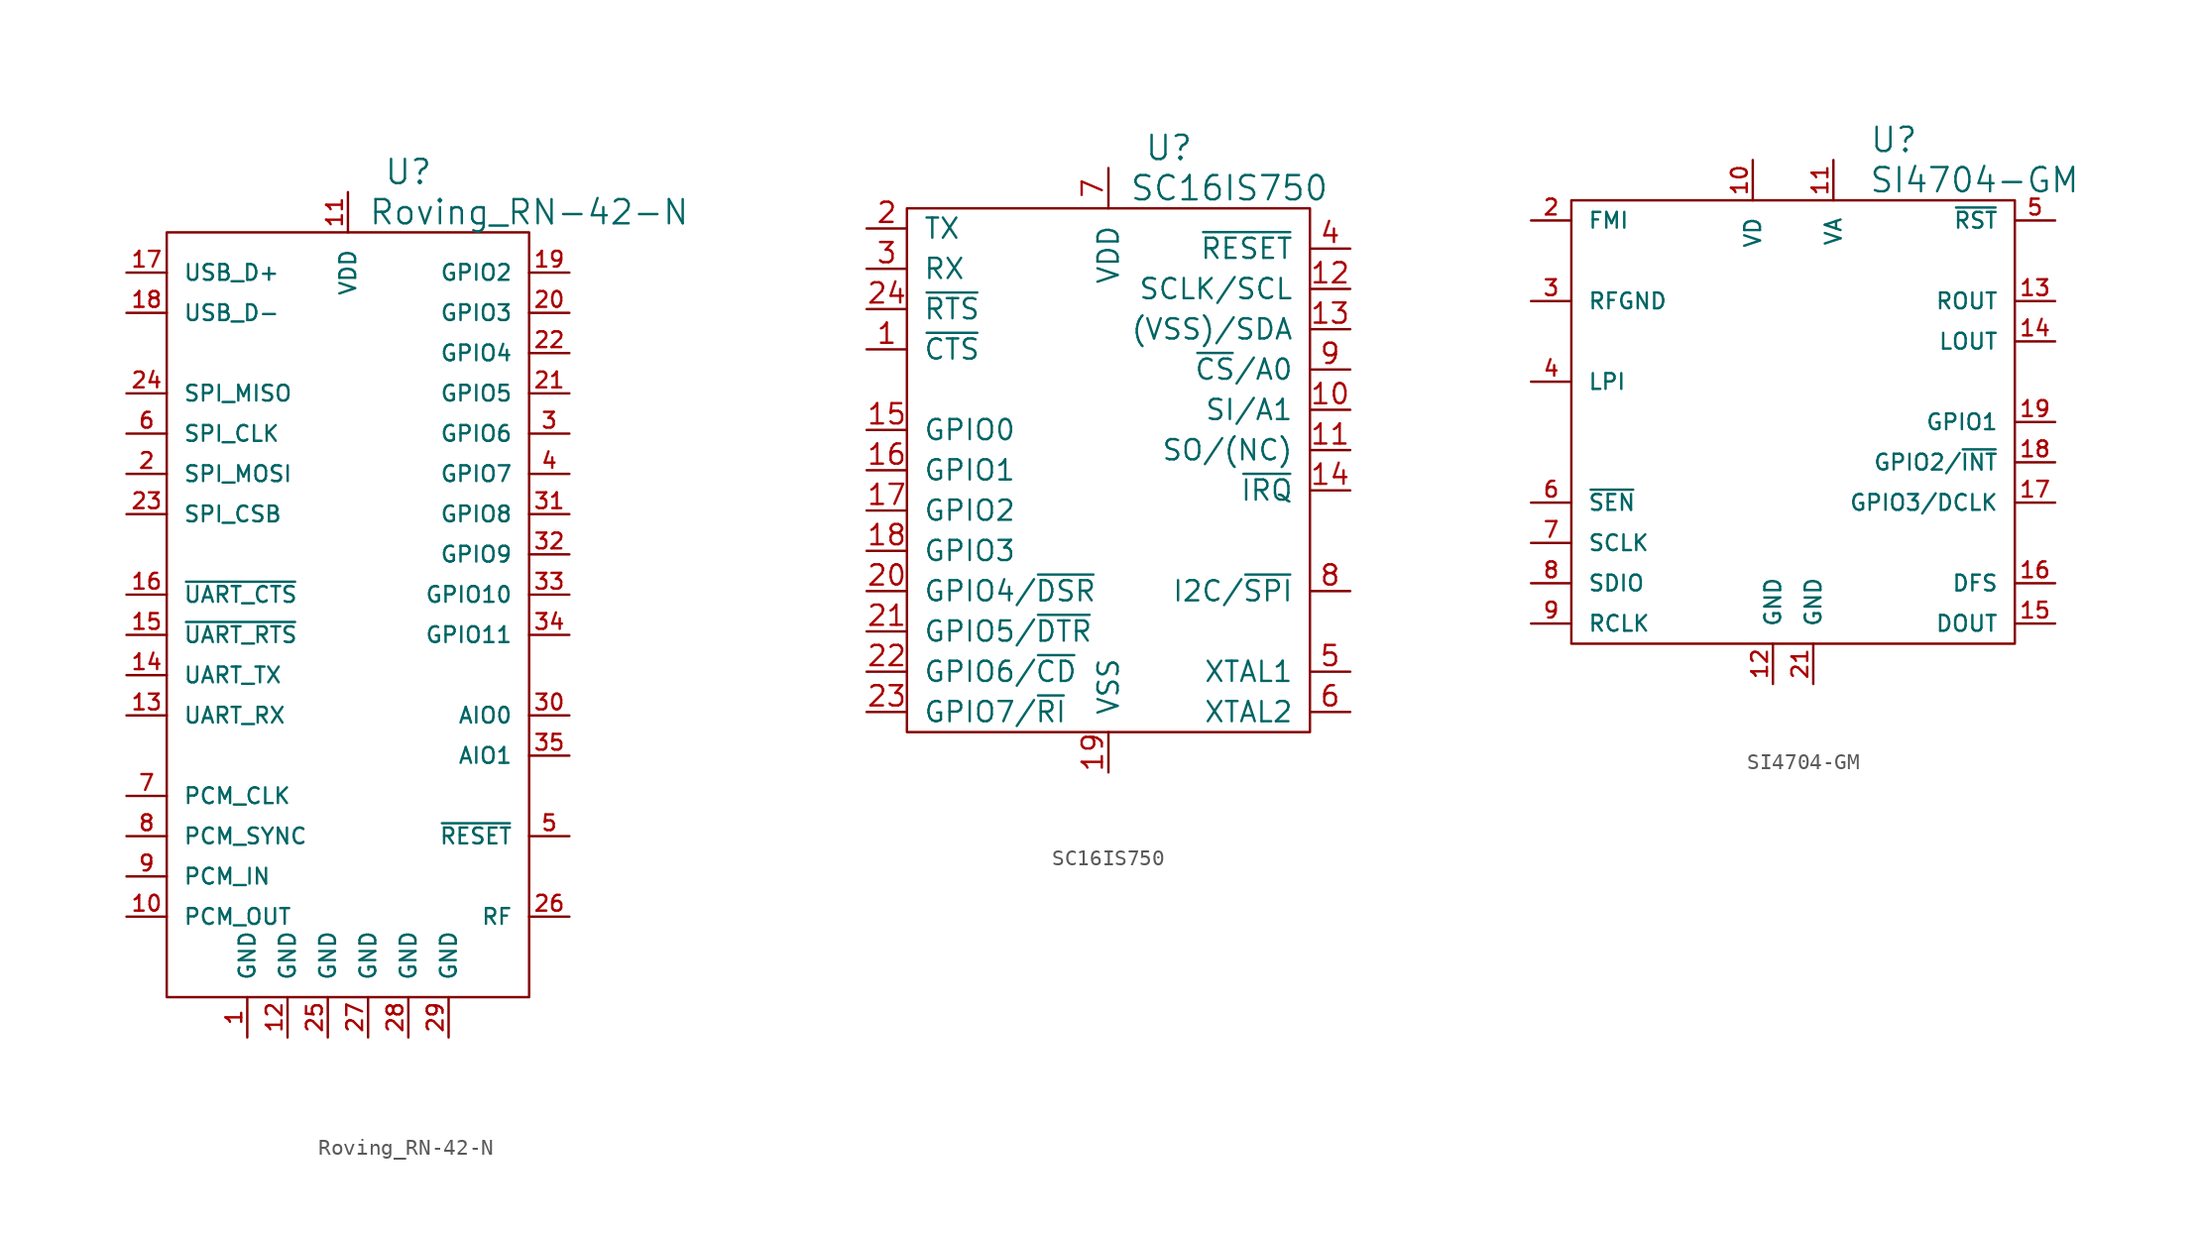
<source format=kicad_sym>
(kicad_symbol_lib
  (version 20220914)
  (generator kicad_symbol_editor)
  (symbol "Roving_RN-42-N"
    (pin_names
      (offset 1.016))
    (property "Reference" "U"
      (at 3.81 27.94 0)
      (effects (font (size 1.524 1.524))))
    (property "Value" "Roving_RN-42-N"
      (at 11.43 25.4 0)
      (effects (font (size 1.524 1.524))))
    (property "Footprint" ""
      (at 0 -2.54 0)
      (effects (font (size 1.524 1.524))))
    (property "Datasheet" ""
      (at 0 0 0)
      (effects (font (size 1.524 1.524))))
    (symbol "Roving_RN-42-N_0_1"
      (rectangle (start -11.43 24.13) (end 11.43 -24.13) (stroke (width 0) (type solid)) (fill (type none))))
    (symbol "Roving_RN-42-N_1_1"
      (pin passive line (at -6.35 -26.67 90) (length 2.54) (name "GND" (effects (font (size 0.991 0.991)))) (number "1" (effects (font (size 0.991 0.991)))))
      (pin passive line (at -13.97 -19.05 0) (length 2.54) (name "PCM_OUT" (effects (font (size 0.991 0.991)))) (number "10" (effects (font (size 0.991 0.991)))))
      (pin passive line (at 0 26.67 270) (length 2.54) (name "VDD" (effects (font (size 0.991 0.991)))) (number "11" (effects (font (size 0.991 0.991)))))
      (pin passive line (at -3.81 -26.67 90) (length 2.54) (name "GND" (effects (font (size 0.991 0.991)))) (number "12" (effects (font (size 0.991 0.991)))))
      (pin passive line (at -13.97 -6.35 0) (length 2.54) (name "UART_RX" (effects (font (size 0.991 0.991)))) (number "13" (effects (font (size 0.991 0.991)))))
      (pin passive line (at -13.97 -3.81 0) (length 2.54) (name "UART_TX" (effects (font (size 0.991 0.991)))) (number "14" (effects (font (size 0.991 0.991)))))
      (pin passive line (at -13.97 -1.27 0) (length 2.54) (name "~{UART_RTS}" (effects (font (size 0.991 0.991)))) (number "15" (effects (font (size 0.991 0.991)))))
      (pin passive line (at -13.97 1.27 0) (length 2.54) (name "~{UART_CTS}" (effects (font (size 0.991 0.991)))) (number "16" (effects (font (size 0.991 0.991)))))
      (pin passive line (at -13.97 21.59 0) (length 2.54) (name "USB_D+" (effects (font (size 0.991 0.991)))) (number "17" (effects (font (size 0.991 0.991)))))
      (pin passive line (at -13.97 19.05 0) (length 2.54) (name "USB_D-" (effects (font (size 0.991 0.991)))) (number "18" (effects (font (size 0.991 0.991)))))
      (pin passive line (at 13.97 21.59 180) (length 2.54) (name "GPIO2" (effects (font (size 0.991 0.991)))) (number "19" (effects (font (size 0.991 0.991)))))
      (pin passive line (at -13.97 8.89 0) (length 2.54) (name "SPI_MOSI" (effects (font (size 0.991 0.991)))) (number "2" (effects (font (size 0.991 0.991)))))
      (pin passive line (at 13.97 19.05 180) (length 2.54) (name "GPIO3" (effects (font (size 0.991 0.991)))) (number "20" (effects (font (size 0.991 0.991)))))
      (pin passive line (at 13.97 13.97 180) (length 2.54) (name "GPIO5" (effects (font (size 0.991 0.991)))) (number "21" (effects (font (size 0.991 0.991)))))
      (pin passive line (at 13.97 16.51 180) (length 2.54) (name "GPIO4" (effects (font (size 0.991 0.991)))) (number "22" (effects (font (size 0.991 0.991)))))
      (pin passive line (at -13.97 6.35 0) (length 2.54) (name "SPI_CSB" (effects (font (size 0.991 0.991)))) (number "23" (effects (font (size 0.991 0.991)))))
      (pin passive line (at -13.97 13.97 0) (length 2.54) (name "SPI_MISO" (effects (font (size 0.991 0.991)))) (number "24" (effects (font (size 0.991 0.991)))))
      (pin passive line (at -1.27 -26.67 90) (length 2.54) (name "GND" (effects (font (size 0.991 0.991)))) (number "25" (effects (font (size 0.991 0.991)))))
      (pin passive line (at 13.97 -19.05 180) (length 2.54) (name "RF" (effects (font (size 0.991 0.991)))) (number "26" (effects (font (size 0.991 0.991)))))
      (pin passive line (at 1.27 -26.67 90) (length 2.54) (name "GND" (effects (font (size 0.991 0.991)))) (number "27" (effects (font (size 0.991 0.991)))))
      (pin passive line (at 3.81 -26.67 90) (length 2.54) (name "GND" (effects (font (size 0.991 0.991)))) (number "28" (effects (font (size 0.991 0.991)))))
      (pin passive line (at 6.35 -26.67 90) (length 2.54) (name "GND" (effects (font (size 0.991 0.991)))) (number "29" (effects (font (size 0.991 0.991)))))
      (pin passive line (at 13.97 11.43 180) (length 2.54) (name "GPIO6" (effects (font (size 0.991 0.991)))) (number "3" (effects (font (size 0.991 0.991)))))
      (pin passive line (at 13.97 -6.35 180) (length 2.54) (name "AIO0" (effects (font (size 0.991 0.991)))) (number "30" (effects (font (size 0.991 0.991)))))
      (pin passive line (at 13.97 6.35 180) (length 2.54) (name "GPIO8" (effects (font (size 0.991 0.991)))) (number "31" (effects (font (size 0.991 0.991)))))
      (pin passive line (at 13.97 3.81 180) (length 2.54) (name "GPIO9" (effects (font (size 0.991 0.991)))) (number "32" (effects (font (size 0.991 0.991)))))
      (pin passive line (at 13.97 1.27 180) (length 2.54) (name "GPIO10" (effects (font (size 0.991 0.991)))) (number "33" (effects (font (size 0.991 0.991)))))
      (pin passive line (at 13.97 -1.27 180) (length 2.54) (name "GPIO11" (effects (font (size 0.991 0.991)))) (number "34" (effects (font (size 0.991 0.991)))))
      (pin passive line (at 13.97 -8.89 180) (length 2.54) (name "AIO1" (effects (font (size 0.991 0.991)))) (number "35" (effects (font (size 0.991 0.991)))))
      (pin passive line (at 13.97 8.89 180) (length 2.54) (name "GPIO7" (effects (font (size 0.991 0.991)))) (number "4" (effects (font (size 0.991 0.991)))))
      (pin passive line (at 13.97 -13.97 180) (length 2.54) (name "~{RESET}" (effects (font (size 0.991 0.991)))) (number "5" (effects (font (size 0.991 0.991)))))
      (pin passive line (at -13.97 11.43 0) (length 2.54) (name "SPI_CLK" (effects (font (size 0.991 0.991)))) (number "6" (effects (font (size 0.991 0.991)))))
      (pin passive line (at -13.97 -11.43 0) (length 2.54) (name "PCM_CLK" (effects (font (size 0.991 0.991)))) (number "7" (effects (font (size 0.991 0.991)))))
      (pin passive line (at -13.97 -13.97 0) (length 2.54) (name "PCM_SYNC" (effects (font (size 0.991 0.991)))) (number "8" (effects (font (size 0.991 0.991)))))
      (pin passive line (at -13.97 -16.51 0) (length 2.54) (name "PCM_IN" (effects (font (size 0.991 0.991)))) (number "9" (effects (font (size 0.991 0.991)))))))
  (symbol "SC16IS750"
    (pin_names
      (offset 1.016))
    (property "Reference" "U"
      (at 3.81 20.32 0)
      (effects (font (size 1.524 1.524))))
    (property "Value" "SC16IS750"
      (at 7.62 17.78 0)
      (effects (font (size 1.524 1.524))))
    (property "Footprint" ""
      (at 0 0 0)
      (effects (font (size 1.524 1.524))))
    (property "Datasheet" ""
      (at 0 0 0)
      (effects (font (size 1.524 1.524))))
    (symbol "SC16IS750_0_1"
      (rectangle (start -12.7 16.51) (end 12.7 -16.51) (stroke (width 0) (type solid)) (fill (type none))))
    (symbol "SC16IS750_1_1"
      (pin passive line (at -15.24 7.62 0) (length 2.54) (name "~{CTS}" (effects (font (size 1.27 1.27)))) (number "1" (effects (font (size 1.27 1.27)))))
      (pin passive line (at 15.24 3.81 180) (length 2.54) (name "SI/A1" (effects (font (size 1.27 1.27)))) (number "10" (effects (font (size 1.27 1.27)))))
      (pin passive line (at 15.24 1.27 180) (length 2.54) (name "SO/(NC)" (effects (font (size 1.27 1.27)))) (number "11" (effects (font (size 1.27 1.27)))))
      (pin passive line (at 15.24 11.43 180) (length 2.54) (name "SCLK/SCL" (effects (font (size 1.27 1.27)))) (number "12" (effects (font (size 1.27 1.27)))))
      (pin passive line (at 15.24 8.89 180) (length 2.54) (name "(VSS)/SDA" (effects (font (size 1.27 1.27)))) (number "13" (effects (font (size 1.27 1.27)))))
      (pin passive line (at 15.24 -1.27 180) (length 2.54) (name "~{IRQ}" (effects (font (size 1.27 1.27)))) (number "14" (effects (font (size 1.27 1.27)))))
      (pin passive line (at -15.24 2.54 0) (length 2.54) (name "GPIO0" (effects (font (size 1.27 1.27)))) (number "15" (effects (font (size 1.27 1.27)))))
      (pin passive line (at -15.24 0 0) (length 2.54) (name "GPIO1" (effects (font (size 1.27 1.27)))) (number "16" (effects (font (size 1.27 1.27)))))
      (pin passive line (at -15.24 -2.54 0) (length 2.54) (name "GPIO2" (effects (font (size 1.27 1.27)))) (number "17" (effects (font (size 1.27 1.27)))))
      (pin passive line (at -15.24 -5.08 0) (length 2.54) (name "GPIO3" (effects (font (size 1.27 1.27)))) (number "18" (effects (font (size 1.27 1.27)))))
      (pin passive line (at 0 -19.05 90) (length 2.54) (name "VSS" (effects (font (size 1.27 1.27)))) (number "19" (effects (font (size 1.27 1.27)))))
      (pin passive line (at -15.24 15.24 0) (length 2.54) (name "TX" (effects (font (size 1.27 1.27)))) (number "2" (effects (font (size 1.27 1.27)))))
      (pin passive line (at -15.24 -7.62 0) (length 2.54) (name "GPIO4/~{DSR}" (effects (font (size 1.27 1.27)))) (number "20" (effects (font (size 1.27 1.27)))))
      (pin passive line (at -15.24 -10.16 0) (length 2.54) (name "GPIO5/~{DTR}" (effects (font (size 1.27 1.27)))) (number "21" (effects (font (size 1.27 1.27)))))
      (pin passive line (at -15.24 -12.7 0) (length 2.54) (name "GPIO6/~{CD}" (effects (font (size 1.27 1.27)))) (number "22" (effects (font (size 1.27 1.27)))))
      (pin passive line (at -15.24 -15.24 0) (length 2.54) (name "GPIO7/~{RI}" (effects (font (size 1.27 1.27)))) (number "23" (effects (font (size 1.27 1.27)))))
      (pin passive line (at -15.24 10.16 0) (length 2.54) (name "~{RTS}" (effects (font (size 1.27 1.27)))) (number "24" (effects (font (size 1.27 1.27)))))
      (pin passive line (at -15.24 12.7 0) (length 2.54) (name "RX" (effects (font (size 1.27 1.27)))) (number "3" (effects (font (size 1.27 1.27)))))
      (pin passive line (at 15.24 13.97 180) (length 2.54) (name "~{RESET}" (effects (font (size 1.27 1.27)))) (number "4" (effects (font (size 1.27 1.27)))))
      (pin passive line (at 15.24 -12.7 180) (length 2.54) (name "XTAL1" (effects (font (size 1.27 1.27)))) (number "5" (effects (font (size 1.27 1.27)))))
      (pin passive line (at 15.24 -15.24 180) (length 2.54) (name "XTAL2" (effects (font (size 1.27 1.27)))) (number "6" (effects (font (size 1.27 1.27)))))
      (pin passive line (at 0 19.05 270) (length 2.54) (name "VDD" (effects (font (size 1.27 1.27)))) (number "7" (effects (font (size 1.27 1.27)))))
      (pin passive line (at 15.24 -7.62 180) (length 2.54) (name "I2C/~{SPI}" (effects (font (size 1.27 1.27)))) (number "8" (effects (font (size 1.27 1.27)))))
      (pin passive line (at 15.24 6.35 180) (length 2.54) (name "~{CS}/A0" (effects (font (size 1.27 1.27)))) (number "9" (effects (font (size 1.27 1.27)))))))
  (symbol "SI4704-GM"
    (pin_names
      (offset 1.016))
    (property "Reference" "U"
      (at 6.35 17.78 0)
      (effects (font (size 1.524 1.524))))
    (property "Value" "SI4704-GM"
      (at 11.43 15.24 0)
      (effects (font (size 1.524 1.524))))
    (property "Footprint" ""
      (at 1.27 0 0)
      (effects (font (size 1.524 1.524))))
    (property "Datasheet" ""
      (at 0 0 0)
      (effects (font (size 1.524 1.524))))
    (symbol "SI4704-GM_0_1"
      (rectangle (start -13.97 13.97) (end 13.97 -13.97) (stroke (width 0) (type solid)) (fill (type none))))
    (symbol "SI4704-GM_1_1"
      (pin passive line (at -2.54 16.51 270) (length 2.54) (name "VD" (effects (font (size 0.991 0.991)))) (number "10" (effects (font (size 0.991 0.991)))))
      (pin passive line (at 2.54 16.51 270) (length 2.54) (name "VA" (effects (font (size 0.991 0.991)))) (number "11" (effects (font (size 0.991 0.991)))))
      (pin passive line (at -1.27 -16.51 90) (length 2.54) (name "GND" (effects (font (size 0.991 0.991)))) (number "12" (effects (font (size 0.991 0.991)))))
      (pin passive line (at 16.51 7.62 180) (length 2.54) (name "ROUT" (effects (font (size 0.991 0.991)))) (number "13" (effects (font (size 0.991 0.991)))))
      (pin passive line (at 16.51 5.08 180) (length 2.54) (name "LOUT" (effects (font (size 0.991 0.991)))) (number "14" (effects (font (size 0.991 0.991)))))
      (pin passive line (at 16.51 -12.7 180) (length 2.54) (name "DOUT" (effects (font (size 0.991 0.991)))) (number "15" (effects (font (size 0.991 0.991)))))
      (pin passive line (at 16.51 -10.16 180) (length 2.54) (name "DFS" (effects (font (size 0.991 0.991)))) (number "16" (effects (font (size 0.991 0.991)))))
      (pin passive line (at 16.51 -5.08 180) (length 2.54) (name "GPIO3/DCLK" (effects (font (size 0.991 0.991)))) (number "17" (effects (font (size 0.991 0.991)))))
      (pin passive line (at 16.51 -2.54 180) (length 2.54) (name "GPIO2/~{INT}" (effects (font (size 0.991 0.991)))) (number "18" (effects (font (size 0.991 0.991)))))
      (pin passive line (at 16.51 0 180) (length 2.54) (name "GPIO1" (effects (font (size 0.991 0.991)))) (number "19" (effects (font (size 0.991 0.991)))))
      (pin passive line (at -16.51 12.7 0) (length 2.54) (name "FMI" (effects (font (size 0.991 0.991)))) (number "2" (effects (font (size 0.991 0.991)))))
      (pin passive line (at 1.27 -16.51 90) (length 2.54) (name "GND" (effects (font (size 0.991 0.991)))) (number "21" (effects (font (size 0.991 0.991)))))
      (pin passive line (at -16.51 7.62 0) (length 2.54) (name "RFGND" (effects (font (size 0.991 0.991)))) (number "3" (effects (font (size 0.991 0.991)))))
      (pin passive line (at -16.51 2.54 0) (length 2.54) (name "LPI" (effects (font (size 0.991 0.991)))) (number "4" (effects (font (size 0.991 0.991)))))
      (pin passive line (at 16.51 12.7 180) (length 2.54) (name "~{RST}" (effects (font (size 0.991 0.991)))) (number "5" (effects (font (size 0.991 0.991)))))
      (pin passive line (at -16.51 -5.08 0) (length 2.54) (name "~{SEN}" (effects (font (size 0.991 0.991)))) (number "6" (effects (font (size 0.991 0.991)))))
      (pin passive line (at -16.51 -7.62 0) (length 2.54) (name "SCLK" (effects (font (size 0.991 0.991)))) (number "7" (effects (font (size 0.991 0.991)))))
      (pin passive line (at -16.51 -10.16 0) (length 2.54) (name "SDIO" (effects (font (size 0.991 0.991)))) (number "8" (effects (font (size 0.991 0.991)))))
      (pin passive line (at -16.51 -12.7 0) (length 2.54) (name "RCLK" (effects (font (size 0.991 0.991)))) (number "9" (effects (font (size 0.991 0.991))))))))
</source>
